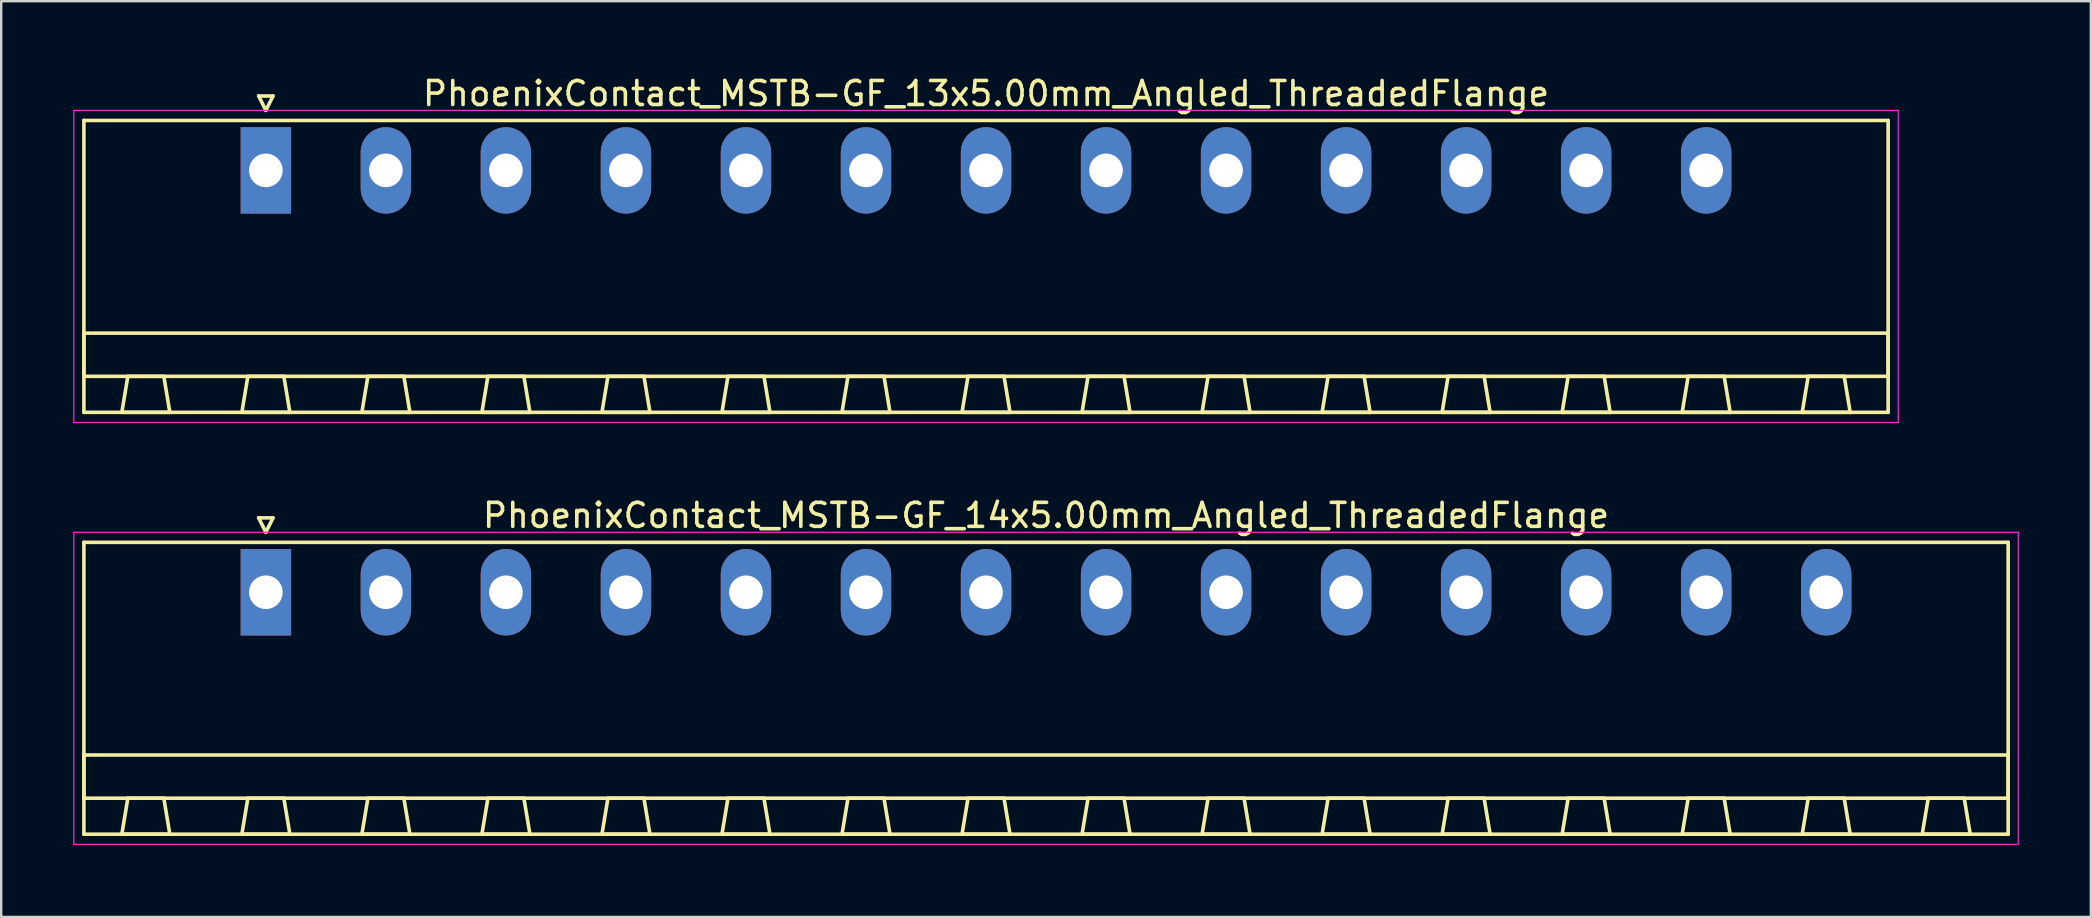
<source format=kicad_pcb>
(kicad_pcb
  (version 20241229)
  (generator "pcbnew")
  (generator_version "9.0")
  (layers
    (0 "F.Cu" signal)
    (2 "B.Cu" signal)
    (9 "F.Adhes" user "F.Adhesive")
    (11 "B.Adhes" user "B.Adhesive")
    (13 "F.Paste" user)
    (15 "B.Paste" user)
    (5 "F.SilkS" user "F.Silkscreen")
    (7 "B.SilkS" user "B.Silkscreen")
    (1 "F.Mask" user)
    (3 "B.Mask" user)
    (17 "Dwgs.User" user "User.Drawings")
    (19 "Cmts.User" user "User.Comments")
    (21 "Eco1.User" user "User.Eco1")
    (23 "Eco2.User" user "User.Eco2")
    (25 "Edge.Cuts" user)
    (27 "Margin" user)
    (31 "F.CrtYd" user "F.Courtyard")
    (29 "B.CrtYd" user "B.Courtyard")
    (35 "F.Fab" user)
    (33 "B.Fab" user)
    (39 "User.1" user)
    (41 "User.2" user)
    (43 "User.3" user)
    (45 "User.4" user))
  (footprint "PhoenixContact_MSTB-GF_13x5.00mm_Angled_ThreadedFlange"
    (layer "F.Cu")
    (at 8.025 4.048)
    (property "Reference" "PhoenixContact_MSTB-GF_13x5.00mm_Angled_ThreadedFlange" (at 30 -3.2 0) (layer "F.SilkS") (effects (font (size 1 1) (thickness 0.15))))
    (attr through_hole)
    (fp_line (start -7.58 -2.08) (end -7.58 10.08) (stroke (width 0.15) (type solid)) (layer "F.SilkS"))
    (fp_line (start -7.58 6.78) (end 67.58 6.78) (stroke (width 0.15) (type solid)) (layer "F.SilkS"))
    (fp_line (start -7.58 8.58) (end -7.58 6.78) (stroke (width 0.15) (type solid)) (layer "F.SilkS"))
    (fp_line (start -7.58 10.08) (end 67.58 10.08) (stroke (width 0.15) (type solid)) (layer "F.SilkS"))
    (fp_line (start -6 10.08) (end -4 10.08) (stroke (width 0.15) (type solid)) (layer "F.SilkS"))
    (fp_line (start -5.75 8.58) (end -6 10.08) (stroke (width 0.15) (type solid)) (layer "F.SilkS"))
    (fp_line (start -4.25 8.58) (end -5.75 8.58) (stroke (width 0.15) (type solid)) (layer "F.SilkS"))
    (fp_line (start -4 10.08) (end -4.25 8.58) (stroke (width 0.15) (type solid)) (layer "F.SilkS"))
    (fp_line (start -1 10.08) (end 1 10.08) (stroke (width 0.15) (type solid)) (layer "F.SilkS"))
    (fp_line (start -0.75 8.58) (end -1 10.08) (stroke (width 0.15) (type solid)) (layer "F.SilkS"))
    (fp_line (start -0.3 -3.1) (end 0 -2.5) (stroke (width 0.15) (type solid)) (layer "F.SilkS"))
    (fp_line (start 0 -2.5) (end 0.3 -3.1) (stroke (width 0.15) (type solid)) (layer "F.SilkS"))
    (fp_line (start 0.3 -3.1) (end -0.3 -3.1) (stroke (width 0.15) (type solid)) (layer "F.SilkS"))
    (fp_line (start 0.75 8.58) (end -0.75 8.58) (stroke (width 0.15) (type solid)) (layer "F.SilkS"))
    (fp_line (start 1 10.08) (end 0.75 8.58) (stroke (width 0.15) (type solid)) (layer "F.SilkS"))
    (fp_line (start 4 10.08) (end 6 10.08) (stroke (width 0.15) (type solid)) (layer "F.SilkS"))
    (fp_line (start 4.25 8.58) (end 4 10.08) (stroke (width 0.15) (type solid)) (layer "F.SilkS"))
    (fp_line (start 5.75 8.58) (end 4.25 8.58) (stroke (width 0.15) (type solid)) (layer "F.SilkS"))
    (fp_line (start 6 10.08) (end 5.75 8.58) (stroke (width 0.15) (type solid)) (layer "F.SilkS"))
    (fp_line (start 9 10.08) (end 11 10.08) (stroke (width 0.15) (type solid)) (layer "F.SilkS"))
    (fp_line (start 9.25 8.58) (end 9 10.08) (stroke (width 0.15) (type solid)) (layer "F.SilkS"))
    (fp_line (start 10.75 8.58) (end 9.25 8.58) (stroke (width 0.15) (type solid)) (layer "F.SilkS"))
    (fp_line (start 11 10.08) (end 10.75 8.58) (stroke (width 0.15) (type solid)) (layer "F.SilkS"))
    (fp_line (start 14 10.08) (end 16 10.08) (stroke (width 0.15) (type solid)) (layer "F.SilkS"))
    (fp_line (start 14.25 8.58) (end 14 10.08) (stroke (width 0.15) (type solid)) (layer "F.SilkS"))
    (fp_line (start 15.75 8.58) (end 14.25 8.58) (stroke (width 0.15) (type solid)) (layer "F.SilkS"))
    (fp_line (start 16 10.08) (end 15.75 8.58) (stroke (width 0.15) (type solid)) (layer "F.SilkS"))
    (fp_line (start 19 10.08) (end 21 10.08) (stroke (width 0.15) (type solid)) (layer "F.SilkS"))
    (fp_line (start 19.25 8.58) (end 19 10.08) (stroke (width 0.15) (type solid)) (layer "F.SilkS"))
    (fp_line (start 20.75 8.58) (end 19.25 8.58) (stroke (width 0.15) (type solid)) (layer "F.SilkS"))
    (fp_line (start 21 10.08) (end 20.75 8.58) (stroke (width 0.15) (type solid)) (layer "F.SilkS"))
    (fp_line (start 24 10.08) (end 26 10.08) (stroke (width 0.15) (type solid)) (layer "F.SilkS"))
    (fp_line (start 24.25 8.58) (end 24 10.08) (stroke (width 0.15) (type solid)) (layer "F.SilkS"))
    (fp_line (start 25.75 8.58) (end 24.25 8.58) (stroke (width 0.15) (type solid)) (layer "F.SilkS"))
    (fp_line (start 26 10.08) (end 25.75 8.58) (stroke (width 0.15) (type solid)) (layer "F.SilkS"))
    (fp_line (start 29 10.08) (end 31 10.08) (stroke (width 0.15) (type solid)) (layer "F.SilkS"))
    (fp_line (start 29.25 8.58) (end 29 10.08) (stroke (width 0.15) (type solid)) (layer "F.SilkS"))
    (fp_line (start 30.75 8.58) (end 29.25 8.58) (stroke (width 0.15) (type solid)) (layer "F.SilkS"))
    (fp_line (start 31 10.08) (end 30.75 8.58) (stroke (width 0.15) (type solid)) (layer "F.SilkS"))
    (fp_line (start 34 10.08) (end 36 10.08) (stroke (width 0.15) (type solid)) (layer "F.SilkS"))
    (fp_line (start 34.25 8.58) (end 34 10.08) (stroke (width 0.15) (type solid)) (layer "F.SilkS"))
    (fp_line (start 35.75 8.58) (end 34.25 8.58) (stroke (width 0.15) (type solid)) (layer "F.SilkS"))
    (fp_line (start 36 10.08) (end 35.75 8.58) (stroke (width 0.15) (type solid)) (layer "F.SilkS"))
    (fp_line (start 39 10.08) (end 41 10.08) (stroke (width 0.15) (type solid)) (layer "F.SilkS"))
    (fp_line (start 39.25 8.58) (end 39 10.08) (stroke (width 0.15) (type solid)) (layer "F.SilkS"))
    (fp_line (start 40.75 8.58) (end 39.25 8.58) (stroke (width 0.15) (type solid)) (layer "F.SilkS"))
    (fp_line (start 41 10.08) (end 40.75 8.58) (stroke (width 0.15) (type solid)) (layer "F.SilkS"))
    (fp_line (start 44 10.08) (end 46 10.08) (stroke (width 0.15) (type solid)) (layer "F.SilkS"))
    (fp_line (start 44.25 8.58) (end 44 10.08) (stroke (width 0.15) (type solid)) (layer "F.SilkS"))
    (fp_line (start 45.75 8.58) (end 44.25 8.58) (stroke (width 0.15) (type solid)) (layer "F.SilkS"))
    (fp_line (start 46 10.08) (end 45.75 8.58) (stroke (width 0.15) (type solid)) (layer "F.SilkS"))
    (fp_line (start 49 10.08) (end 51 10.08) (stroke (width 0.15) (type solid)) (layer "F.SilkS"))
    (fp_line (start 49.25 8.58) (end 49 10.08) (stroke (width 0.15) (type solid)) (layer "F.SilkS"))
    (fp_line (start 50.75 8.58) (end 49.25 8.58) (stroke (width 0.15) (type solid)) (layer "F.SilkS"))
    (fp_line (start 51 10.08) (end 50.75 8.58) (stroke (width 0.15) (type solid)) (layer "F.SilkS"))
    (fp_line (start 54 10.08) (end 56 10.08) (stroke (width 0.15) (type solid)) (layer "F.SilkS"))
    (fp_line (start 54.25 8.58) (end 54 10.08) (stroke (width 0.15) (type solid)) (layer "F.SilkS"))
    (fp_line (start 55.75 8.58) (end 54.25 8.58) (stroke (width 0.15) (type solid)) (layer "F.SilkS"))
    (fp_line (start 56 10.08) (end 55.75 8.58) (stroke (width 0.15) (type solid)) (layer "F.SilkS"))
    (fp_line (start 59 10.08) (end 61 10.08) (stroke (width 0.15) (type solid)) (layer "F.SilkS"))
    (fp_line (start 59.25 8.58) (end 59 10.08) (stroke (width 0.15) (type solid)) (layer "F.SilkS"))
    (fp_line (start 60.75 8.58) (end 59.25 8.58) (stroke (width 0.15) (type solid)) (layer "F.SilkS"))
    (fp_line (start 61 10.08) (end 60.75 8.58) (stroke (width 0.15) (type solid)) (layer "F.SilkS"))
    (fp_line (start 64 10.08) (end 66 10.08) (stroke (width 0.15) (type solid)) (layer "F.SilkS"))
    (fp_line (start 64.25 8.58) (end 64 10.08) (stroke (width 0.15) (type solid)) (layer "F.SilkS"))
    (fp_line (start 65.75 8.58) (end 64.25 8.58) (stroke (width 0.15) (type solid)) (layer "F.SilkS"))
    (fp_line (start 66 10.08) (end 65.75 8.58) (stroke (width 0.15) (type solid)) (layer "F.SilkS"))
    (fp_line (start 67.58 -2.08) (end -7.58 -2.08) (stroke (width 0.15) (type solid)) (layer "F.SilkS"))
    (fp_line (start 67.58 6.78) (end 67.58 8.58) (stroke (width 0.15) (type solid)) (layer "F.SilkS"))
    (fp_line (start 67.58 8.58) (end -7.58 8.58) (stroke (width 0.15) (type solid)) (layer "F.SilkS"))
    (fp_line (start 67.58 10.08) (end 67.58 -2.08) (stroke (width 0.15) (type solid)) (layer "F.SilkS"))
    (fp_line (start -8 -2.5) (end -8 10.5) (stroke (width 0.05) (type solid)) (layer "F.CrtYd"))
    (fp_line (start -8 10.5) (end 68 10.5) (stroke (width 0.05) (type solid)) (layer "F.CrtYd"))
    (fp_line (start 68 -2.5) (end -8 -2.5) (stroke (width 0.05) (type solid)) (layer "F.CrtYd"))
    (fp_line (start 68 10.5) (end 68 -2.5) (stroke (width 0.05) (type solid)) (layer "F.CrtYd"))
    (pad "1" thru_hole rect (at 0 0) (size 2.1 3.6) (drill 1.4) (layers "*.Cu" "*.Mask"))
    (pad "2" thru_hole oval (at 5 0) (size 2.1 3.6) (drill 1.4) (layers "*.Cu" "*.Mask"))
    (pad "3" thru_hole oval (at 10 0) (size 2.1 3.6) (drill 1.4) (layers "*.Cu" "*.Mask"))
    (pad "4" thru_hole oval (at 15 0) (size 2.1 3.6) (drill 1.4) (layers "*.Cu" "*.Mask"))
    (pad "5" thru_hole oval (at 20 0) (size 2.1 3.6) (drill 1.4) (layers "*.Cu" "*.Mask"))
    (pad "6" thru_hole oval (at 25 0) (size 2.1 3.6) (drill 1.4) (layers "*.Cu" "*.Mask"))
    (pad "7" thru_hole oval (at 30 0) (size 2.1 3.6) (drill 1.4) (layers "*.Cu" "*.Mask"))
    (pad "8" thru_hole oval (at 35 0) (size 2.1 3.6) (drill 1.4) (layers "*.Cu" "*.Mask"))
    (pad "9" thru_hole oval (at 40 0) (size 2.1 3.6) (drill 1.4) (layers "*.Cu" "*.Mask"))
    (pad "10" thru_hole oval (at 45 0) (size 2.1 3.6) (drill 1.4) (layers "*.Cu" "*.Mask"))
    (pad "11" thru_hole oval (at 50 0) (size 2.1 3.6) (drill 1.4) (layers "*.Cu" "*.Mask"))
    (pad "12" thru_hole oval (at 55 0) (size 2.1 3.6) (drill 1.4) (layers "*.Cu" "*.Mask"))
    (pad "13" thru_hole oval (at 60 0) (size 2.1 3.6) (drill 1.4) (layers "*.Cu" "*.Mask")))
  (footprint "PhoenixContact_MSTB-GF_14x5.00mm_Angled_ThreadedFlange"
    (layer "F.Cu")
    (at 8.025 21.622)
    (property "Reference" "PhoenixContact_MSTB-GF_14x5.00mm_Angled_ThreadedFlange" (at 32.5 -3.2 0) (layer "F.SilkS") (effects (font (size 1 1) (thickness 0.15))))
    (attr through_hole)
    (fp_line (start -7.58 -2.08) (end -7.58 10.08) (stroke (width 0.15) (type solid)) (layer "F.SilkS"))
    (fp_line (start -7.58 6.78) (end 72.58 6.78) (stroke (width 0.15) (type solid)) (layer "F.SilkS"))
    (fp_line (start -7.58 8.58) (end -7.58 6.78) (stroke (width 0.15) (type solid)) (layer "F.SilkS"))
    (fp_line (start -7.58 10.08) (end 72.58 10.08) (stroke (width 0.15) (type solid)) (layer "F.SilkS"))
    (fp_line (start -6 10.08) (end -4 10.08) (stroke (width 0.15) (type solid)) (layer "F.SilkS"))
    (fp_line (start -5.75 8.58) (end -6 10.08) (stroke (width 0.15) (type solid)) (layer "F.SilkS"))
    (fp_line (start -4.25 8.58) (end -5.75 8.58) (stroke (width 0.15) (type solid)) (layer "F.SilkS"))
    (fp_line (start -4 10.08) (end -4.25 8.58) (stroke (width 0.15) (type solid)) (layer "F.SilkS"))
    (fp_line (start -1 10.08) (end 1 10.08) (stroke (width 0.15) (type solid)) (layer "F.SilkS"))
    (fp_line (start -0.75 8.58) (end -1 10.08) (stroke (width 0.15) (type solid)) (layer "F.SilkS"))
    (fp_line (start -0.3 -3.1) (end 0 -2.5) (stroke (width 0.15) (type solid)) (layer "F.SilkS"))
    (fp_line (start 0 -2.5) (end 0.3 -3.1) (stroke (width 0.15) (type solid)) (layer "F.SilkS"))
    (fp_line (start 0.3 -3.1) (end -0.3 -3.1) (stroke (width 0.15) (type solid)) (layer "F.SilkS"))
    (fp_line (start 0.75 8.58) (end -0.75 8.58) (stroke (width 0.15) (type solid)) (layer "F.SilkS"))
    (fp_line (start 1 10.08) (end 0.75 8.58) (stroke (width 0.15) (type solid)) (layer "F.SilkS"))
    (fp_line (start 4 10.08) (end 6 10.08) (stroke (width 0.15) (type solid)) (layer "F.SilkS"))
    (fp_line (start 4.25 8.58) (end 4 10.08) (stroke (width 0.15) (type solid)) (layer "F.SilkS"))
    (fp_line (start 5.75 8.58) (end 4.25 8.58) (stroke (width 0.15) (type solid)) (layer "F.SilkS"))
    (fp_line (start 6 10.08) (end 5.75 8.58) (stroke (width 0.15) (type solid)) (layer "F.SilkS"))
    (fp_line (start 9 10.08) (end 11 10.08) (stroke (width 0.15) (type solid)) (layer "F.SilkS"))
    (fp_line (start 9.25 8.58) (end 9 10.08) (stroke (width 0.15) (type solid)) (layer "F.SilkS"))
    (fp_line (start 10.75 8.58) (end 9.25 8.58) (stroke (width 0.15) (type solid)) (layer "F.SilkS"))
    (fp_line (start 11 10.08) (end 10.75 8.58) (stroke (width 0.15) (type solid)) (layer "F.SilkS"))
    (fp_line (start 14 10.08) (end 16 10.08) (stroke (width 0.15) (type solid)) (layer "F.SilkS"))
    (fp_line (start 14.25 8.58) (end 14 10.08) (stroke (width 0.15) (type solid)) (layer "F.SilkS"))
    (fp_line (start 15.75 8.58) (end 14.25 8.58) (stroke (width 0.15) (type solid)) (layer "F.SilkS"))
    (fp_line (start 16 10.08) (end 15.75 8.58) (stroke (width 0.15) (type solid)) (layer "F.SilkS"))
    (fp_line (start 19 10.08) (end 21 10.08) (stroke (width 0.15) (type solid)) (layer "F.SilkS"))
    (fp_line (start 19.25 8.58) (end 19 10.08) (stroke (width 0.15) (type solid)) (layer "F.SilkS"))
    (fp_line (start 20.75 8.58) (end 19.25 8.58) (stroke (width 0.15) (type solid)) (layer "F.SilkS"))
    (fp_line (start 21 10.08) (end 20.75 8.58) (stroke (width 0.15) (type solid)) (layer "F.SilkS"))
    (fp_line (start 24 10.08) (end 26 10.08) (stroke (width 0.15) (type solid)) (layer "F.SilkS"))
    (fp_line (start 24.25 8.58) (end 24 10.08) (stroke (width 0.15) (type solid)) (layer "F.SilkS"))
    (fp_line (start 25.75 8.58) (end 24.25 8.58) (stroke (width 0.15) (type solid)) (layer "F.SilkS"))
    (fp_line (start 26 10.08) (end 25.75 8.58) (stroke (width 0.15) (type solid)) (layer "F.SilkS"))
    (fp_line (start 29 10.08) (end 31 10.08) (stroke (width 0.15) (type solid)) (layer "F.SilkS"))
    (fp_line (start 29.25 8.58) (end 29 10.08) (stroke (width 0.15) (type solid)) (layer "F.SilkS"))
    (fp_line (start 30.75 8.58) (end 29.25 8.58) (stroke (width 0.15) (type solid)) (layer "F.SilkS"))
    (fp_line (start 31 10.08) (end 30.75 8.58) (stroke (width 0.15) (type solid)) (layer "F.SilkS"))
    (fp_line (start 34 10.08) (end 36 10.08) (stroke (width 0.15) (type solid)) (layer "F.SilkS"))
    (fp_line (start 34.25 8.58) (end 34 10.08) (stroke (width 0.15) (type solid)) (layer "F.SilkS"))
    (fp_line (start 35.75 8.58) (end 34.25 8.58) (stroke (width 0.15) (type solid)) (layer "F.SilkS"))
    (fp_line (start 36 10.08) (end 35.75 8.58) (stroke (width 0.15) (type solid)) (layer "F.SilkS"))
    (fp_line (start 39 10.08) (end 41 10.08) (stroke (width 0.15) (type solid)) (layer "F.SilkS"))
    (fp_line (start 39.25 8.58) (end 39 10.08) (stroke (width 0.15) (type solid)) (layer "F.SilkS"))
    (fp_line (start 40.75 8.58) (end 39.25 8.58) (stroke (width 0.15) (type solid)) (layer "F.SilkS"))
    (fp_line (start 41 10.08) (end 40.75 8.58) (stroke (width 0.15) (type solid)) (layer "F.SilkS"))
    (fp_line (start 44 10.08) (end 46 10.08) (stroke (width 0.15) (type solid)) (layer "F.SilkS"))
    (fp_line (start 44.25 8.58) (end 44 10.08) (stroke (width 0.15) (type solid)) (layer "F.SilkS"))
    (fp_line (start 45.75 8.58) (end 44.25 8.58) (stroke (width 0.15) (type solid)) (layer "F.SilkS"))
    (fp_line (start 46 10.08) (end 45.75 8.58) (stroke (width 0.15) (type solid)) (layer "F.SilkS"))
    (fp_line (start 49 10.08) (end 51 10.08) (stroke (width 0.15) (type solid)) (layer "F.SilkS"))
    (fp_line (start 49.25 8.58) (end 49 10.08) (stroke (width 0.15) (type solid)) (layer "F.SilkS"))
    (fp_line (start 50.75 8.58) (end 49.25 8.58) (stroke (width 0.15) (type solid)) (layer "F.SilkS"))
    (fp_line (start 51 10.08) (end 50.75 8.58) (stroke (width 0.15) (type solid)) (layer "F.SilkS"))
    (fp_line (start 54 10.08) (end 56 10.08) (stroke (width 0.15) (type solid)) (layer "F.SilkS"))
    (fp_line (start 54.25 8.58) (end 54 10.08) (stroke (width 0.15) (type solid)) (layer "F.SilkS"))
    (fp_line (start 55.75 8.58) (end 54.25 8.58) (stroke (width 0.15) (type solid)) (layer "F.SilkS"))
    (fp_line (start 56 10.08) (end 55.75 8.58) (stroke (width 0.15) (type solid)) (layer "F.SilkS"))
    (fp_line (start 59 10.08) (end 61 10.08) (stroke (width 0.15) (type solid)) (layer "F.SilkS"))
    (fp_line (start 59.25 8.58) (end 59 10.08) (stroke (width 0.15) (type solid)) (layer "F.SilkS"))
    (fp_line (start 60.75 8.58) (end 59.25 8.58) (stroke (width 0.15) (type solid)) (layer "F.SilkS"))
    (fp_line (start 61 10.08) (end 60.75 8.58) (stroke (width 0.15) (type solid)) (layer "F.SilkS"))
    (fp_line (start 64 10.08) (end 66 10.08) (stroke (width 0.15) (type solid)) (layer "F.SilkS"))
    (fp_line (start 64.25 8.58) (end 64 10.08) (stroke (width 0.15) (type solid)) (layer "F.SilkS"))
    (fp_line (start 65.75 8.58) (end 64.25 8.58) (stroke (width 0.15) (type solid)) (layer "F.SilkS"))
    (fp_line (start 66 10.08) (end 65.75 8.58) (stroke (width 0.15) (type solid)) (layer "F.SilkS"))
    (fp_line (start 69 10.08) (end 71 10.08) (stroke (width 0.15) (type solid)) (layer "F.SilkS"))
    (fp_line (start 69.25 8.58) (end 69 10.08) (stroke (width 0.15) (type solid)) (layer "F.SilkS"))
    (fp_line (start 70.75 8.58) (end 69.25 8.58) (stroke (width 0.15) (type solid)) (layer "F.SilkS"))
    (fp_line (start 71 10.08) (end 70.75 8.58) (stroke (width 0.15) (type solid)) (layer "F.SilkS"))
    (fp_line (start 72.58 -2.08) (end -7.58 -2.08) (stroke (width 0.15) (type solid)) (layer "F.SilkS"))
    (fp_line (start 72.58 6.78) (end 72.58 8.58) (stroke (width 0.15) (type solid)) (layer "F.SilkS"))
    (fp_line (start 72.58 8.58) (end -7.58 8.58) (stroke (width 0.15) (type solid)) (layer "F.SilkS"))
    (fp_line (start 72.58 10.08) (end 72.58 -2.08) (stroke (width 0.15) (type solid)) (layer "F.SilkS"))
    (fp_line (start -8 -2.5) (end -8 10.5) (stroke (width 0.05) (type solid)) (layer "F.CrtYd"))
    (fp_line (start -8 10.5) (end 73 10.5) (stroke (width 0.05) (type solid)) (layer "F.CrtYd"))
    (fp_line (start 73 -2.5) (end -8 -2.5) (stroke (width 0.05) (type solid)) (layer "F.CrtYd"))
    (fp_line (start 73 10.5) (end 73 -2.5) (stroke (width 0.05) (type solid)) (layer "F.CrtYd"))
    (pad "1" thru_hole rect (at 0 0) (size 2.1 3.6) (drill 1.4) (layers "*.Cu" "*.Mask"))
    (pad "2" thru_hole oval (at 5 0) (size 2.1 3.6) (drill 1.4) (layers "*.Cu" "*.Mask"))
    (pad "3" thru_hole oval (at 10 0) (size 2.1 3.6) (drill 1.4) (layers "*.Cu" "*.Mask"))
    (pad "4" thru_hole oval (at 15 0) (size 2.1 3.6) (drill 1.4) (layers "*.Cu" "*.Mask"))
    (pad "5" thru_hole oval (at 20 0) (size 2.1 3.6) (drill 1.4) (layers "*.Cu" "*.Mask"))
    (pad "6" thru_hole oval (at 25 0) (size 2.1 3.6) (drill 1.4) (layers "*.Cu" "*.Mask"))
    (pad "7" thru_hole oval (at 30 0) (size 2.1 3.6) (drill 1.4) (layers "*.Cu" "*.Mask"))
    (pad "8" thru_hole oval (at 35 0) (size 2.1 3.6) (drill 1.4) (layers "*.Cu" "*.Mask"))
    (pad "9" thru_hole oval (at 40 0) (size 2.1 3.6) (drill 1.4) (layers "*.Cu" "*.Mask"))
    (pad "10" thru_hole oval (at 45 0) (size 2.1 3.6) (drill 1.4) (layers "*.Cu" "*.Mask"))
    (pad "11" thru_hole oval (at 50 0) (size 2.1 3.6) (drill 1.4) (layers "*.Cu" "*.Mask"))
    (pad "12" thru_hole oval (at 55 0) (size 2.1 3.6) (drill 1.4) (layers "*.Cu" "*.Mask"))
    (pad "13" thru_hole oval (at 60 0) (size 2.1 3.6) (drill 1.4) (layers "*.Cu" "*.Mask"))
    (pad "14" thru_hole oval (at 65 0) (size 2.1 3.6) (drill 1.4) (layers "*.Cu" "*.Mask")))
  (gr_rect
    (start -3 -3)
    (end 84.05 35.147)
    (stroke (width 0.1) (type default))
    (fill no)
    (layer "Edge.Cuts")))
</source>
